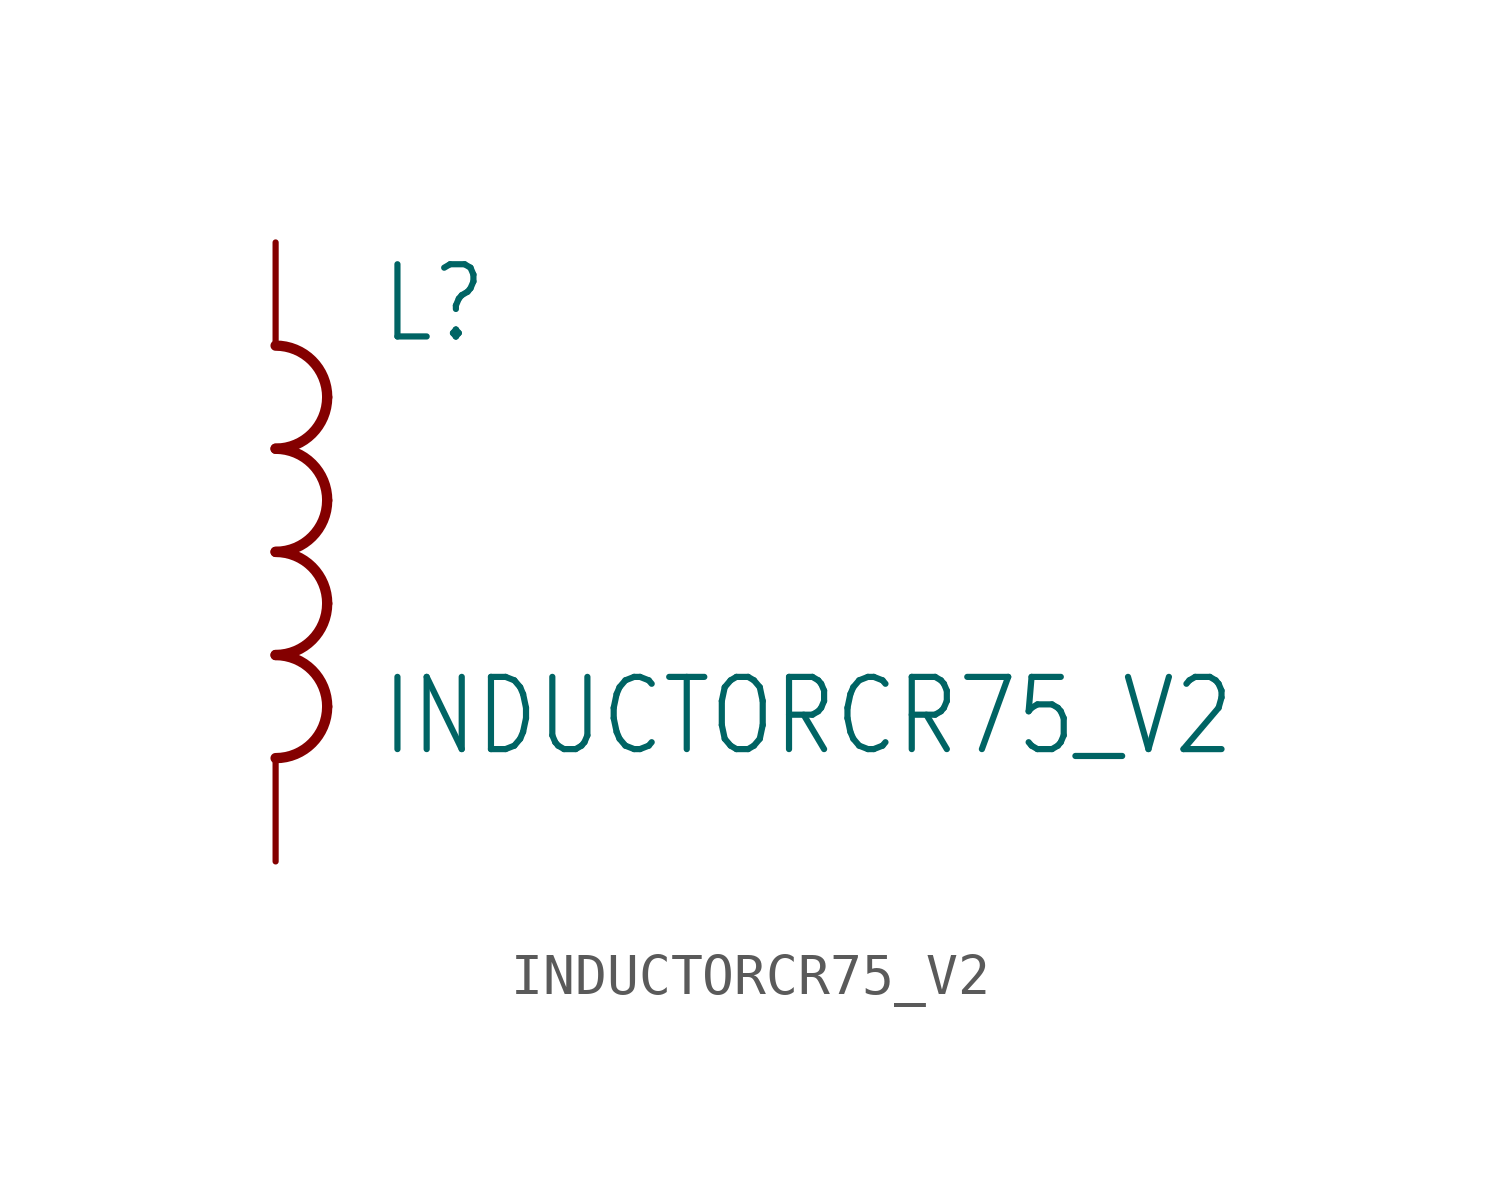
<source format=kicad_sym>
(kicad_symbol_lib
  (version 20211014)
  (generator kicad_symbol_editor)
  (symbol "INDUCTORCR75_V2"
    (property "Reference" "L"
      (at 2.54 5.08 0)
      (effects (font (size 1.778 1.511)) (justify left bottom)))
    (property "Value" "INDUCTORCR75_V2"
      (at 2.54 -5.08 0)
      (effects (font (size 1.778 1.511)) (justify left bottom)))
    (property "ki_locked" ""
      (at 0 0 0)
      (effects (font (size 1.27 1.27))))
    (symbol "INDUCTORCR75_V2_1_0"
      (arc (start 0 -5.08) (mid 0.898 -4.708) (end 1.27 -3.81) (stroke (width 0.254) (type default) (color 0 0 0 0)) (fill (type none)))
      (arc (start 0 -2.54) (mid 0.898 -2.168) (end 1.27 -1.27) (stroke (width 0.254) (type default) (color 0 0 0 0)) (fill (type none)))
      (arc (start 0 0) (mid 0.898 0.372) (end 1.27 1.27) (stroke (width 0.254) (type default) (color 0 0 0 0)) (fill (type none)))
      (arc (start 0 2.54) (mid 0.898 2.912) (end 1.27 3.81) (stroke (width 0.254) (type default) (color 0 0 0 0)) (fill (type none)))
      (arc (start 1.27 -3.81) (mid 0.898 -2.912) (end 0 -2.54) (stroke (width 0.254) (type default) (color 0 0 0 0)) (fill (type none)))
      (arc (start 1.27 -1.27) (mid 0.898 -0.372) (end 0 0) (stroke (width 0.254) (type default) (color 0 0 0 0)) (fill (type none)))
      (arc (start 1.27 1.27) (mid 0.898 2.168) (end 0 2.54) (stroke (width 0.254) (type default) (color 0 0 0 0)) (fill (type none)))
      (arc (start 1.27 3.81) (mid 0.898 4.708) (end 0 5.08) (stroke (width 0.254) (type default) (color 0 0 0 0)) (fill (type none)))
      (pin passive line (at 0 7.62 270) (length 2.54) (name "1" (effects (font (size 0 0)))) (number "P$1" (effects (font (size 0 0)))))
      (pin passive line (at 0 -7.62 90) (length 2.54) (name "2" (effects (font (size 0 0)))) (number "P$2" (effects (font (size 0 0))))))))
</source>
